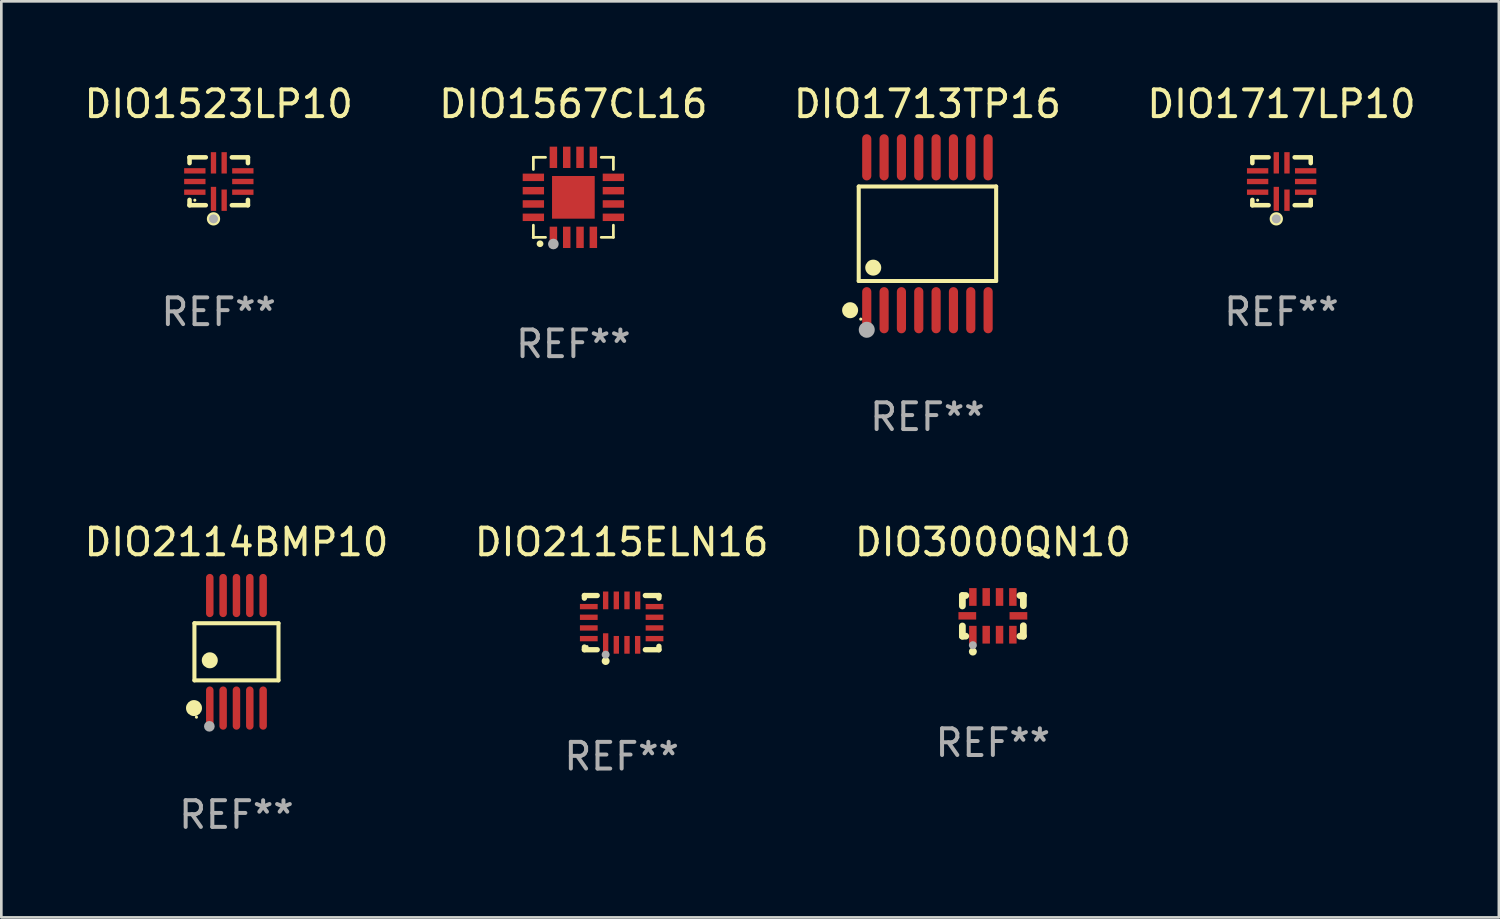
<source format=kicad_pcb>
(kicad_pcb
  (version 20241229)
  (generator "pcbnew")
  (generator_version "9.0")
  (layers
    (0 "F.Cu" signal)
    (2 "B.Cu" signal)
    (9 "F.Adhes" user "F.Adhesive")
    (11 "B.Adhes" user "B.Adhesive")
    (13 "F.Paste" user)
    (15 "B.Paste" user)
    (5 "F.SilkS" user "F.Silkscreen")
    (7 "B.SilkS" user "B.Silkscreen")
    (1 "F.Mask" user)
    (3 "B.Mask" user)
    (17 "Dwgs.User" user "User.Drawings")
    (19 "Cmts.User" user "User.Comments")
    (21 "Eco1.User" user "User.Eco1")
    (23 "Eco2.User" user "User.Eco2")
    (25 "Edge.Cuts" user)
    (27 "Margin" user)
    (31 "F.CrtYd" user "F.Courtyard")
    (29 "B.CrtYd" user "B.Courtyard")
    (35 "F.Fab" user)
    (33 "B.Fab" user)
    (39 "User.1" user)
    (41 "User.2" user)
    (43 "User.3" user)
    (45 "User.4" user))
  (footprint "DIO1523LP10"
    (layer "F.Cu")
    (at 5.149 3.747)
    (property "Reference" "DIO1523LP10" (at 0 -2.899 0) (layer "F.SilkS") (effects (font (size 1 1) (thickness 0.15))))
    (attr through_hole)
    (fp_line (start -1.096 -0.899) (end -0.484 -0.899) (stroke (width 0.17) (type solid)) (layer "F.SilkS"))
    (fp_line (start -1.093 -0.682) (end -1.093 -0.899) (stroke (width 0.17) (type solid)) (layer "F.SilkS"))
    (fp_line (start -1.093 0.899) (end -1.093 0.697) (stroke (width 0.17) (type solid)) (layer "F.SilkS"))
    (fp_line (start -0.484 0.897) (end -1.093 0.897) (stroke (width 0.17) (type solid)) (layer "F.SilkS"))
    (fp_line (start 0.494 -0.899) (end 1.096 -0.899) (stroke (width 0.17) (type solid)) (layer "F.SilkS"))
    (fp_line (start 1.096 -0.899) (end 1.096 -0.682) (stroke (width 0.17) (type solid)) (layer "F.SilkS"))
    (fp_line (start 1.096 0.697) (end 1.096 0.897) (stroke (width 0.17) (type solid)) (layer "F.SilkS"))
    (fp_line (start 1.096 0.897) (end 0.494 0.897) (stroke (width 0.17) (type solid)) (layer "F.SilkS"))
    (fp_circle (center -0.895 0.708) (end -0.865 0.708) (stroke (width 0.06) (type solid)) (fill no) (layer "F.SilkS"))
    (fp_circle (center -0.195 1.408) (end -0.116 1.408) (stroke (width 0.17) (type solid)) (fill no) (layer "F.SilkS"))
    (fp_circle (center -0.195 1.408) (end -0.11 1.408) (stroke (width 0.17) (type solid)) (fill no) (layer "F.Fab"))
    (fp_text user "REF**" (at 0 4.899 0) (layer "F.Fab") (effects (font (size 1 1) (thickness 0.15))))
    (pad "1" smd rect (at -0.195 0.658 180) (size 0.2 0.9) (layers "F.Cu" "F.Mask" "F.Paste"))
    (pad "2" smd rect (at 0.205 0.708 180) (size 0.2 0.8) (layers "F.Cu" "F.Mask" "F.Paste"))
    (pad "3" smd rect (at 0.905 0.408 90) (size 0.2 0.8) (layers "F.Cu" "F.Mask" "F.Paste"))
    (pad "4" smd rect (at 0.905 0.008 90) (size 0.2 0.8) (layers "F.Cu" "F.Mask" "F.Paste"))
    (pad "5" smd rect (at 0.905 -0.392 90) (size 0.2 0.8) (layers "F.Cu" "F.Mask" "F.Paste"))
    (pad "6" smd rect (at 0.205 -0.692 180) (size 0.2 0.8) (layers "F.Cu" "F.Mask" "F.Paste"))
    (pad "7" smd rect (at -0.195 -0.692 180) (size 0.2 0.8) (layers "F.Cu" "F.Mask" "F.Paste"))
    (pad "8" smd rect (at -0.895 -0.392 90) (size 0.2 0.8) (layers "F.Cu" "F.Mask" "F.Paste"))
    (pad "9" smd rect (at -0.895 0.008 90) (size 0.2 0.8) (layers "F.Cu" "F.Mask" "F.Paste"))
    (pad "10" smd rect (at -0.895 0.408 90) (size 0.2 0.8) (layers "F.Cu" "F.Mask" "F.Paste")))
  (footprint "DIO2114BMP10"
    (layer "F.Cu")
    (at 5.815 21.386)
    (property "Reference" "DIO2114BMP10" (at 0 -4.11 0) (layer "F.SilkS") (effects (font (size 1 1) (thickness 0.15))))
    (attr through_hole)
    (fp_line (start -1.576 -1.071) (end 1.576 -1.071) (stroke (width 0.152) (type solid)) (layer "F.SilkS"))
    (fp_line (start -1.576 1.071) (end -1.576 -1.071) (stroke (width 0.152) (type solid)) (layer "F.SilkS"))
    (fp_line (start 1.576 -1.071) (end 1.576 1.071) (stroke (width 0.152) (type solid)) (layer "F.SilkS"))
    (fp_line (start 1.576 1.071) (end -1.576 1.071) (stroke (width 0.152) (type solid)) (layer "F.SilkS"))
    (fp_circle (center -1.592 2.11) (end -1.442 2.11) (stroke (width 0.3) (type solid)) (fill no) (layer "F.SilkS"))
    (fp_circle (center -1.5 2.45) (end -1.47 2.45) (stroke (width 0.06) (type solid)) (fill no) (layer "F.SilkS"))
    (fp_circle (center -1 0.319) (end -0.85 0.319) (stroke (width 0.3) (type solid)) (fill no) (layer "F.SilkS"))
    (fp_circle (center -1.016 2.794) (end -0.916 2.794) (stroke (width 0.2) (type solid)) (fill no) (layer "F.Fab"))
    (fp_text user "REF**" (at 0 6.11 0) (layer "F.Fab") (effects (font (size 1 1) (thickness 0.15))))
    (pad "1" smd oval (at -1 2.11) (size 0.28 1.62) (layers "F.Cu" "F.Mask" "F.Paste"))
    (pad "2" smd oval (at -0.5 2.11) (size 0.28 1.62) (layers "F.Cu" "F.Mask" "F.Paste"))
    (pad "3" smd oval (at 0 2.11) (size 0.28 1.62) (layers "F.Cu" "F.Mask" "F.Paste"))
    (pad "4" smd oval (at 0.5 2.11) (size 0.28 1.62) (layers "F.Cu" "F.Mask" "F.Paste"))
    (pad "5" smd oval (at 1 2.11) (size 0.28 1.62) (layers "F.Cu" "F.Mask" "F.Paste"))
    (pad "6" smd oval (at 1 -2.11) (size 0.28 1.62) (layers "F.Cu" "F.Mask" "F.Paste"))
    (pad "7" smd oval (at 0.5 -2.11) (size 0.28 1.62) (layers "F.Cu" "F.Mask" "F.Paste"))
    (pad "8" smd oval (at 0 -2.11) (size 0.28 1.62) (layers "F.Cu" "F.Mask" "F.Paste"))
    (pad "9" smd oval (at -0.5 -2.11) (size 0.28 1.62) (layers "F.Cu" "F.Mask" "F.Paste"))
    (pad "10" smd oval (at -1 -2.11) (size 0.28 1.62) (layers "F.Cu" "F.Mask" "F.Paste")))
  (footprint "DIO1717LP10"
    (layer "F.Cu")
    (at 44.994 3.747)
    (property "Reference" "DIO1717LP10" (at 0 -2.899 0) (layer "F.SilkS") (effects (font (size 1 1) (thickness 0.15))))
    (attr through_hole)
    (fp_line (start -1.096 -0.899) (end -0.484 -0.899) (stroke (width 0.17) (type solid)) (layer "F.SilkS"))
    (fp_line (start -1.093 -0.682) (end -1.093 -0.899) (stroke (width 0.17) (type solid)) (layer "F.SilkS"))
    (fp_line (start -1.093 0.899) (end -1.093 0.697) (stroke (width 0.17) (type solid)) (layer "F.SilkS"))
    (fp_line (start -0.484 0.897) (end -1.093 0.897) (stroke (width 0.17) (type solid)) (layer "F.SilkS"))
    (fp_line (start 0.494 -0.899) (end 1.096 -0.899) (stroke (width 0.17) (type solid)) (layer "F.SilkS"))
    (fp_line (start 1.096 -0.899) (end 1.096 -0.682) (stroke (width 0.17) (type solid)) (layer "F.SilkS"))
    (fp_line (start 1.096 0.697) (end 1.096 0.897) (stroke (width 0.17) (type solid)) (layer "F.SilkS"))
    (fp_line (start 1.096 0.897) (end 0.494 0.897) (stroke (width 0.17) (type solid)) (layer "F.SilkS"))
    (fp_circle (center -0.895 0.708) (end -0.865 0.708) (stroke (width 0.06) (type solid)) (fill no) (layer "F.SilkS"))
    (fp_circle (center -0.195 1.408) (end -0.116 1.408) (stroke (width 0.17) (type solid)) (fill no) (layer "F.SilkS"))
    (fp_circle (center -0.195 1.408) (end -0.11 1.408) (stroke (width 0.17) (type solid)) (fill no) (layer "F.Fab"))
    (fp_text user "REF**" (at 0 4.899 0) (layer "F.Fab") (effects (font (size 1 1) (thickness 0.15))))
    (pad "1" smd rect (at -0.195 0.658 180) (size 0.2 0.9) (layers "F.Cu" "F.Mask" "F.Paste"))
    (pad "2" smd rect (at 0.205 0.708 180) (size 0.2 0.8) (layers "F.Cu" "F.Mask" "F.Paste"))
    (pad "3" smd rect (at 0.905 0.408 90) (size 0.2 0.8) (layers "F.Cu" "F.Mask" "F.Paste"))
    (pad "4" smd rect (at 0.905 0.008 90) (size 0.2 0.8) (layers "F.Cu" "F.Mask" "F.Paste"))
    (pad "5" smd rect (at 0.905 -0.392 90) (size 0.2 0.8) (layers "F.Cu" "F.Mask" "F.Paste"))
    (pad "6" smd rect (at 0.205 -0.692 180) (size 0.2 0.8) (layers "F.Cu" "F.Mask" "F.Paste"))
    (pad "7" smd rect (at -0.195 -0.692 180) (size 0.2 0.8) (layers "F.Cu" "F.Mask" "F.Paste"))
    (pad "8" smd rect (at -0.895 -0.392 90) (size 0.2 0.8) (layers "F.Cu" "F.Mask" "F.Paste"))
    (pad "9" smd rect (at -0.895 0.008 90) (size 0.2 0.8) (layers "F.Cu" "F.Mask" "F.Paste"))
    (pad "10" smd rect (at -0.895 0.408 90) (size 0.2 0.8) (layers "F.Cu" "F.Mask" "F.Paste")))
  (footprint "DIO1713TP16"
    (layer "F.Cu")
    (at 31.72 5.714)
    (property "Reference" "DIO1713TP16" (at 0 -4.866 0) (layer "F.SilkS") (effects (font (size 1 1) (thickness 0.15))))
    (attr through_hole)
    (fp_line (start -2.576 -1.772) (end 2.576 -1.772) (stroke (width 0.152) (type solid)) (layer "F.SilkS"))
    (fp_line (start -2.576 1.771) (end -2.576 -1.772) (stroke (width 0.152) (type solid)) (layer "F.SilkS"))
    (fp_line (start 2.576 -1.772) (end 2.576 1.771) (stroke (width 0.152) (type solid)) (layer "F.SilkS"))
    (fp_line (start 2.576 1.771) (end -2.576 1.771) (stroke (width 0.152) (type solid)) (layer "F.SilkS"))
    (fp_circle (center -2.899 2.866) (end -2.749 2.866) (stroke (width 0.3) (type solid)) (fill no) (layer "F.SilkS"))
    (fp_circle (center -2.5 3.2) (end -2.47 3.2) (stroke (width 0.06) (type solid)) (fill no) (layer "F.SilkS"))
    (fp_circle (center -2.032 1.27) (end -1.882 1.27) (stroke (width 0.3) (type solid)) (fill no) (layer "F.SilkS"))
    (fp_circle (center -2.275 3.6) (end -2.125 3.6) (stroke (width 0.3) (type solid)) (fill no) (layer "F.Fab"))
    (fp_text user "REF**" (at 0 6.866 0) (layer "F.Fab") (effects (font (size 1 1) (thickness 0.15))))
    (pad "1" smd oval (at -2.275 2.866) (size 0.343 1.731) (layers "F.Cu" "F.Mask" "F.Paste"))
    (pad "2" smd oval (at -1.625 2.866) (size 0.343 1.731) (layers "F.Cu" "F.Mask" "F.Paste"))
    (pad "3" smd oval (at -0.975 2.866) (size 0.343 1.731) (layers "F.Cu" "F.Mask" "F.Paste"))
    (pad "4" smd oval (at -0.325 2.866) (size 0.343 1.731) (layers "F.Cu" "F.Mask" "F.Paste"))
    (pad "5" smd oval (at 0.325 2.866) (size 0.343 1.731) (layers "F.Cu" "F.Mask" "F.Paste"))
    (pad "6" smd oval (at 0.975 2.866) (size 0.343 1.731) (layers "F.Cu" "F.Mask" "F.Paste"))
    (pad "7" smd oval (at 1.625 2.866) (size 0.343 1.731) (layers "F.Cu" "F.Mask" "F.Paste"))
    (pad "8" smd oval (at 2.275 2.866) (size 0.343 1.731) (layers "F.Cu" "F.Mask" "F.Paste"))
    (pad "9" smd oval (at 2.275 -2.866) (size 0.343 1.731) (layers "F.Cu" "F.Mask" "F.Paste"))
    (pad "10" smd oval (at 1.625 -2.866) (size 0.343 1.731) (layers "F.Cu" "F.Mask" "F.Paste"))
    (pad "11" smd oval (at 0.975 -2.866) (size 0.343 1.731) (layers "F.Cu" "F.Mask" "F.Paste"))
    (pad "12" smd oval (at 0.325 -2.866) (size 0.343 1.731) (layers "F.Cu" "F.Mask" "F.Paste"))
    (pad "13" smd oval (at -0.325 -2.866) (size 0.343 1.731) (layers "F.Cu" "F.Mask" "F.Paste"))
    (pad "14" smd oval (at -0.975 -2.866) (size 0.343 1.731) (layers "F.Cu" "F.Mask" "F.Paste"))
    (pad "15" smd oval (at -1.625 -2.866) (size 0.343 1.731) (layers "F.Cu" "F.Mask" "F.Paste"))
    (pad "16" smd oval (at -2.275 -2.866) (size 0.343 1.731) (layers "F.Cu" "F.Mask" "F.Paste")))
  (footprint "DIO2115ELN16"
    (layer "F.Cu")
    (at 20.256 20.292)
    (property "Reference" "DIO2115ELN16" (at 0 -3.016 0) (layer "F.SilkS") (effects (font (size 1 1) (thickness 0.15))))
    (attr through_hole)
    (fp_line (start -1.397 -1.016) (end -1.397 -0.916) (stroke (width 0.2) (type solid)) (layer "F.SilkS"))
    (fp_line (start -1.397 0.916) (end -1.397 1.016) (stroke (width 0.2) (type solid)) (layer "F.SilkS"))
    (fp_line (start -1.397 1.016) (end -0.916 1.016) (stroke (width 0.2) (type solid)) (layer "F.SilkS"))
    (fp_line (start -0.916 -1.016) (end -1.397 -1.016) (stroke (width 0.2) (type solid)) (layer "F.SilkS"))
    (fp_line (start 0.889 -1.016) (end 1.397 -1.016) (stroke (width 0.2) (type solid)) (layer "F.SilkS"))
    (fp_line (start 1.397 -1.016) (end 1.397 -0.916) (stroke (width 0.2) (type solid)) (layer "F.SilkS"))
    (fp_line (start 1.397 0.889) (end 1.397 1.016) (stroke (width 0.2) (type solid)) (layer "F.SilkS"))
    (fp_line (start 1.397 1.016) (end 0.889 1.016) (stroke (width 0.2) (type solid)) (layer "F.SilkS"))
    (fp_circle (center -1.3 0.9) (end -1.27 0.9) (stroke (width 0.06) (type solid)) (fill no) (layer "F.SilkS"))
    (fp_circle (center -0.6 1.44) (end -0.525 1.44) (stroke (width 0.15) (type solid)) (fill no) (layer "F.SilkS"))
    (fp_circle (center -0.6 1.2) (end -0.525 1.2) (stroke (width 0.15) (type solid)) (fill no) (layer "F.Fab"))
    (fp_text user "REF**" (at 0 5.016 0) (layer "F.Fab") (effects (font (size 1 1) (thickness 0.15))))
    (pad "1" smd rect (at -0.6 0.782) (size 0.2 0.765) (layers "F.Cu" "F.Mask" "F.Paste"))
    (pad "2" smd rect (at -0.2 0.833) (size 0.2 0.665) (layers "F.Cu" "F.Mask" "F.Paste"))
    (pad "3" smd rect (at 0.2 0.833) (size 0.2 0.665) (layers "F.Cu" "F.Mask" "F.Paste"))
    (pad "4" smd rect (at 0.6 0.833) (size 0.2 0.665) (layers "F.Cu" "F.Mask" "F.Paste"))
    (pad "5" smd rect (at 1.232 0.6) (size 0.665 0.2) (layers "F.Cu" "F.Mask" "F.Paste"))
    (pad "6" smd rect (at 1.232 0.2) (size 0.665 0.2) (layers "F.Cu" "F.Mask" "F.Paste"))
    (pad "7" smd rect (at 1.232 -0.2) (size 0.665 0.2) (layers "F.Cu" "F.Mask" "F.Paste"))
    (pad "8" smd rect (at 1.232 -0.6) (size 0.665 0.2) (layers "F.Cu" "F.Mask" "F.Paste"))
    (pad "9" smd rect (at 0.6 -0.833) (size 0.2 0.665) (layers "F.Cu" "F.Mask" "F.Paste"))
    (pad "10" smd rect (at 0.2 -0.833) (size 0.2 0.665) (layers "F.Cu" "F.Mask" "F.Paste"))
    (pad "11" smd rect (at -0.2 -0.833) (size 0.2 0.665) (layers "F.Cu" "F.Mask" "F.Paste"))
    (pad "12" smd rect (at -0.6 -0.833) (size 0.2 0.665) (layers "F.Cu" "F.Mask" "F.Paste"))
    (pad "13" smd rect (at -1.232 -0.6) (size 0.665 0.2) (layers "F.Cu" "F.Mask" "F.Paste"))
    (pad "14" smd rect (at -1.232 -0.2) (size 0.665 0.2) (layers "F.Cu" "F.Mask" "F.Paste"))
    (pad "15" smd rect (at -1.232 0.2) (size 0.665 0.2) (layers "F.Cu" "F.Mask" "F.Paste"))
    (pad "16" smd rect (at -1.232 0.6) (size 0.665 0.2) (layers "F.Cu" "F.Mask" "F.Paste")))
  (footprint "DIO3000QN10"
    (layer "F.Cu")
    (at 34.173 20.038)
    (property "Reference" "DIO3000QN10" (at 0 -2.762 0) (layer "F.SilkS") (effects (font (size 1 1) (thickness 0.15))))
    (attr through_hole)
    (fp_line (start -1.143 -0.762) (end -1.143 -0.371) (stroke (width 0.254) (type solid)) (layer "F.SilkS"))
    (fp_line (start -1.143 -0.762) (end -1.016 -0.762) (stroke (width 0.254) (type solid)) (layer "F.SilkS"))
    (fp_line (start -1.143 0.762) (end -1.143 0.381) (stroke (width 0.254) (type solid)) (layer "F.SilkS"))
    (fp_line (start -1.143 0.762) (end -1.016 0.762) (stroke (width 0.254) (type solid)) (layer "F.SilkS"))
    (fp_line (start 1.143 -0.762) (end 1.016 -0.762) (stroke (width 0.254) (type solid)) (layer "F.SilkS"))
    (fp_line (start 1.143 -0.762) (end 1.143 -0.381) (stroke (width 0.254) (type solid)) (layer "F.SilkS"))
    (fp_line (start 1.143 0.762) (end 1.016 0.762) (stroke (width 0.254) (type solid)) (layer "F.SilkS"))
    (fp_line (start 1.143 0.762) (end 1.143 0.371) (stroke (width 0.254) (type solid)) (layer "F.SilkS"))
    (fp_circle (center -1.05 0.8) (end -1.02 0.8) (stroke (width 0.06) (type solid)) (fill no) (layer "F.SilkS"))
    (fp_circle (center -0.75 1.34) (end -0.675 1.34) (stroke (width 0.15) (type solid)) (fill no) (layer "F.SilkS"))
    (fp_circle (center -0.75 1.1) (end -0.675 1.1) (stroke (width 0.15) (type solid)) (fill no) (layer "F.Fab"))
    (fp_text user "REF**" (at 0 4.762 0) (layer "F.Fab") (effects (font (size 1 1) (thickness 0.15))))
    (pad "1" smd rect (at -0.75 0.707) (size 0.28 0.665) (layers "F.Cu" "F.Mask" "F.Paste"))
    (pad "2" smd rect (at -0.25 0.707) (size 0.28 0.665) (layers "F.Cu" "F.Mask" "F.Paste"))
    (pad "3" smd rect (at 0.25 0.707) (size 0.28 0.665) (layers "F.Cu" "F.Mask" "F.Paste"))
    (pad "4" smd rect (at 0.75 0.707) (size 0.28 0.665) (layers "F.Cu" "F.Mask" "F.Paste"))
    (pad "5" smd rect (at 0.958 -0.000013) (size 0.665 0.28) (layers "F.Cu" "F.Mask" "F.Paste"))
    (pad "6" smd rect (at 0.75 -0.707) (size 0.28 0.665) (layers "F.Cu" "F.Mask" "F.Paste"))
    (pad "7" smd rect (at 0.25 -0.707) (size 0.28 0.665) (layers "F.Cu" "F.Mask" "F.Paste"))
    (pad "8" smd rect (at -0.25 -0.707) (size 0.28 0.665) (layers "F.Cu" "F.Mask" "F.Paste"))
    (pad "9" smd rect (at -0.75 -0.707) (size 0.28 0.665) (layers "F.Cu" "F.Mask" "F.Paste"))
    (pad "10" smd rect (at -0.958 -0.000013) (size 0.665 0.28) (layers "F.Cu" "F.Mask" "F.Paste")))
  (footprint "DIO1567CL16"
    (layer "F.Cu")
    (at 18.446 4.348)
    (property "Reference" "DIO1567CL16" (at 0 -3.5 0) (layer "F.SilkS") (effects (font (size 1 1) (thickness 0.15))))
    (attr through_hole)
    (fp_line (start -1.5 -1.5) (end -1.5 -1.044) (stroke (width 0.102) (type solid)) (layer "F.SilkS"))
    (fp_line (start -1.5 -1.5) (end -1.044 -1.5) (stroke (width 0.102) (type solid)) (layer "F.SilkS"))
    (fp_line (start -1.5 1.044) (end -1.5 1.5) (stroke (width 0.102) (type solid)) (layer "F.SilkS"))
    (fp_line (start -1.5 1.5) (end -1.044 1.5) (stroke (width 0.102) (type solid)) (layer "F.SilkS"))
    (fp_line (start 1.044 -1.5) (end 1.5 -1.5) (stroke (width 0.102) (type solid)) (layer "F.SilkS"))
    (fp_line (start 1.044 1.5) (end 1.5 1.5) (stroke (width 0.102) (type solid)) (layer "F.SilkS"))
    (fp_line (start 1.5 -1.044) (end 1.5 -1.5) (stroke (width 0.102) (type solid)) (layer "F.SilkS"))
    (fp_line (start 1.5 1.5) (end 1.5 1.044) (stroke (width 0.102) (type solid)) (layer "F.SilkS"))
    (fp_arc (start -1.251384 1.74003) (mid -1.250114 1.739959) (end -1.248844 1.74003) (stroke (width 0.25) (type solid)) (layer "F.SilkS"))
    (fp_circle (center -1.5 1.5) (end -1.47 1.5) (stroke (width 0.06) (type solid)) (fill no) (layer "F.SilkS"))
    (fp_circle (center -0.75 1.75) (end -0.65 1.75) (stroke (width 0.2) (type solid)) (fill no) (layer "F.Fab"))
    (fp_text user "REF**" (at 0 5.5 0) (layer "F.Fab") (effects (font (size 1 1) (thickness 0.15))))
    (pad "1" smd rect (at -0.749 1.5) (size 0.28 0.8) (layers "F.Cu" "F.Mask" "F.Paste"))
    (pad "2" smd rect (at -0.249 1.5) (size 0.28 0.8) (layers "F.Cu" "F.Mask" "F.Paste"))
    (pad "3" smd rect (at 0.249 1.5) (size 0.28 0.8) (layers "F.Cu" "F.Mask" "F.Paste"))
    (pad "4" smd rect (at 0.749 1.5) (size 0.28 0.8) (layers "F.Cu" "F.Mask" "F.Paste"))
    (pad "5" smd rect (at 1.5 0.749) (size 0.8 0.28) (layers "F.Cu" "F.Mask" "F.Paste"))
    (pad "6" smd rect (at 1.5 0.249) (size 0.8 0.28) (layers "F.Cu" "F.Mask" "F.Paste"))
    (pad "7" smd rect (at 1.5 -0.249) (size 0.8 0.28) (layers "F.Cu" "F.Mask" "F.Paste"))
    (pad "8" smd rect (at 1.5 -0.749) (size 0.8 0.28) (layers "F.Cu" "F.Mask" "F.Paste"))
    (pad "9" smd rect (at 0.749 -1.5) (size 0.28 0.8) (layers "F.Cu" "F.Mask" "F.Paste"))
    (pad "10" smd rect (at 0.249 -1.5) (size 0.28 0.8) (layers "F.Cu" "F.Mask" "F.Paste"))
    (pad "11" smd rect (at -0.249 -1.5) (size 0.28 0.8) (layers "F.Cu" "F.Mask" "F.Paste"))
    (pad "12" smd rect (at -0.749 -1.5) (size 0.28 0.8) (layers "F.Cu" "F.Mask" "F.Paste"))
    (pad "13" smd rect (at -1.5 -0.749) (size 0.8 0.28) (layers "F.Cu" "F.Mask" "F.Paste"))
    (pad "14" smd rect (at -1.5 -0.249) (size 0.8 0.28) (layers "F.Cu" "F.Mask" "F.Paste"))
    (pad "15" smd rect (at -1.5 0.249) (size 0.8 0.28) (layers "F.Cu" "F.Mask" "F.Paste"))
    (pad "16" smd rect (at -1.5 0.749) (size 0.8 0.28) (layers "F.Cu" "F.Mask" "F.Paste"))
    (pad "17" smd rect (at 0 0.000152 90) (size 1.6 1.6) (layers "F.Cu" "F.Mask" "F.Paste")))
  (gr_rect
    (start -3 -3)
    (end 53.143 31.344)
    (stroke (width 0.1) (type default))
    (fill no)
    (layer "Edge.Cuts")))
</source>
